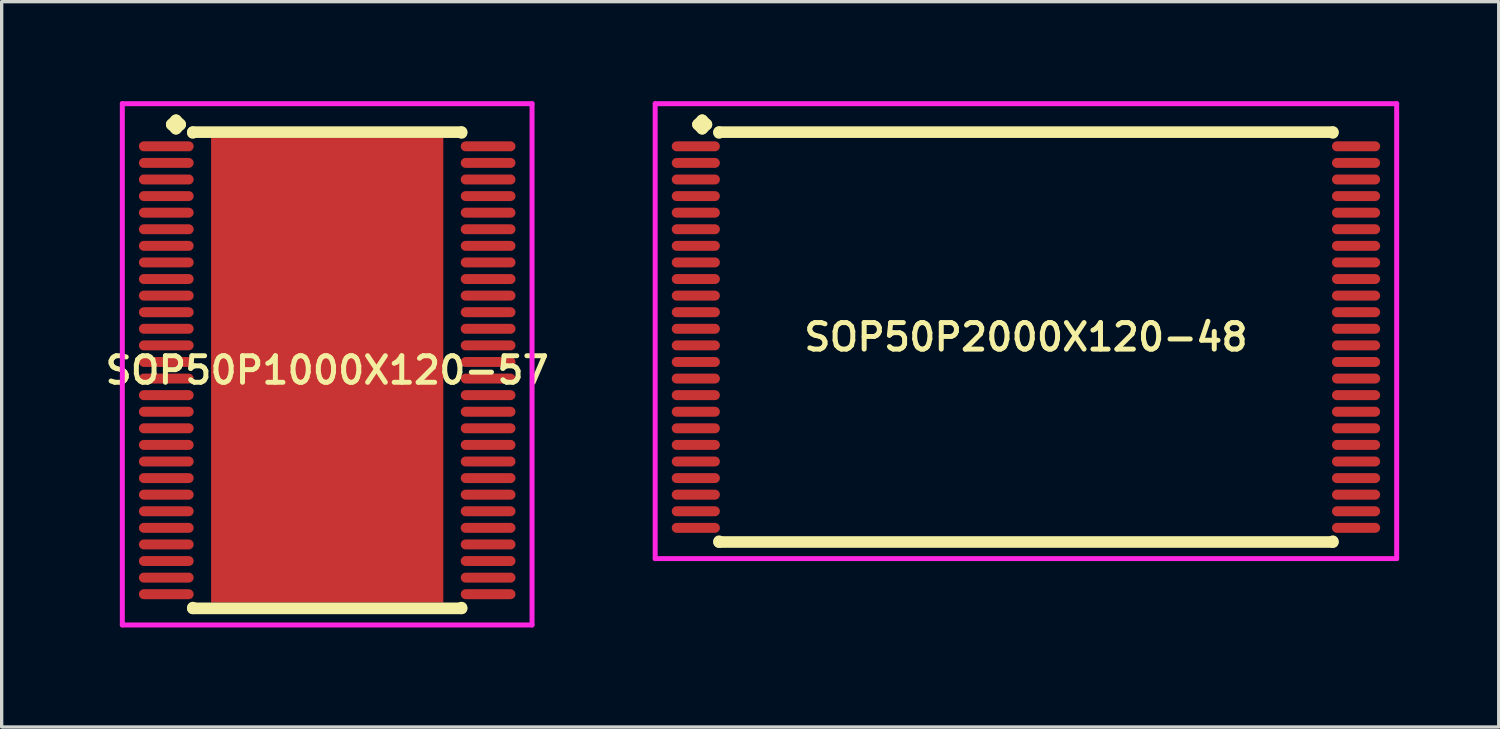
<source format=kicad_pcb>
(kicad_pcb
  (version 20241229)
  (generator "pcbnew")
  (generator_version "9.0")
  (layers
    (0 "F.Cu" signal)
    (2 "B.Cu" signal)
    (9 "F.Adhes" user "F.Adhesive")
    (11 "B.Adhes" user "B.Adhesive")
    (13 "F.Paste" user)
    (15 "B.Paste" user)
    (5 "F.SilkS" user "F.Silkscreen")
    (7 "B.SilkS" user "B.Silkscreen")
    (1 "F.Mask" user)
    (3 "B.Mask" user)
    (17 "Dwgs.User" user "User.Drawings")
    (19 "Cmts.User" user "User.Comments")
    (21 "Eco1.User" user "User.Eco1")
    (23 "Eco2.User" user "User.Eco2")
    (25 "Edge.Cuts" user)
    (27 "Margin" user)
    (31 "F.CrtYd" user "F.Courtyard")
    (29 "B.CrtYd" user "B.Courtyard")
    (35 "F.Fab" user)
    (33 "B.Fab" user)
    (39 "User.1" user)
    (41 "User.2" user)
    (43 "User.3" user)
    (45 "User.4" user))
  (footprint "SOP50P1000X120-57"
    (layer "F.Cu")
    (at 6.812 8.11)
    (property "Reference" "SOP50P1000X120-57" (at 0 0 0) (layer "F.SilkS") (effects (font (size 0.8 0.8) (thickness 0.15))))
    (attr smd)
    (fp_line (start -4.685 -7.408) (end -4.558 -7.535) (stroke (width 0.35) (type solid)) (layer "F.SilkS"))
    (fp_line (start -4.558 -7.535) (end -4.431 -7.408) (stroke (width 0.35) (type solid)) (layer "F.SilkS"))
    (fp_line (start -4.558 -7.281) (end -4.685 -7.408) (stroke (width 0.35) (type solid)) (layer "F.SilkS"))
    (fp_line (start -4.431 -7.408) (end -4.558 -7.281) (stroke (width 0.35) (type solid)) (layer "F.SilkS"))
    (fp_line (start -4.05 -7.177) (end 4.05 -7.177) (stroke (width 0.35) (type solid)) (layer "F.SilkS"))
    (fp_line (start -4.05 -7.154) (end -4.05 -7.177) (stroke (width 0.35) (type solid)) (layer "F.SilkS"))
    (fp_line (start -4.05 7.154) (end -4.05 7.177) (stroke (width 0.35) (type solid)) (layer "F.SilkS"))
    (fp_line (start -4.05 7.177) (end 4.05 7.177) (stroke (width 0.35) (type solid)) (layer "F.SilkS"))
    (fp_line (start 4.05 -7.177) (end 4.05 -7.154) (stroke (width 0.35) (type solid)) (layer "F.SilkS"))
    (fp_line (start 4.05 7.177) (end 4.05 7.154) (stroke (width 0.35) (type solid)) (layer "F.SilkS"))
    (fp_line (start -6.175 -8.035) (end 6.175 -8.035) (stroke (width 0.15) (type solid)) (layer "F.CrtYd"))
    (fp_line (start -6.175 7.677) (end -6.175 -8.035) (stroke (width 0.15) (type solid)) (layer "F.CrtYd"))
    (fp_line (start 6.175 -8.035) (end 6.175 7.677) (stroke (width 0.15) (type solid)) (layer "F.CrtYd"))
    (fp_line (start 6.175 7.677) (end -6.175 7.677) (stroke (width 0.15) (type solid)) (layer "F.CrtYd"))
    (pad "1" smd oval (at -4.85 -6.75) (size 1.65 0.3) (layers "F.Cu" "F.Mask" "F.Paste"))
    (pad "2" smd oval (at -4.85 -6.25) (size 1.65 0.3) (layers "F.Cu" "F.Mask" "F.Paste"))
    (pad "3" smd oval (at -4.85 -5.75) (size 1.65 0.3) (layers "F.Cu" "F.Mask" "F.Paste"))
    (pad "4" smd oval (at -4.85 -5.25) (size 1.65 0.3) (layers "F.Cu" "F.Mask" "F.Paste"))
    (pad "5" smd oval (at -4.85 -4.75) (size 1.65 0.3) (layers "F.Cu" "F.Mask" "F.Paste"))
    (pad "6" smd oval (at -4.85 -4.25) (size 1.65 0.3) (layers "F.Cu" "F.Mask" "F.Paste"))
    (pad "7" smd oval (at -4.85 -3.75) (size 1.65 0.3) (layers "F.Cu" "F.Mask" "F.Paste"))
    (pad "8" smd oval (at -4.85 -3.25) (size 1.65 0.3) (layers "F.Cu" "F.Mask" "F.Paste"))
    (pad "9" smd oval (at -4.85 -2.75) (size 1.65 0.3) (layers "F.Cu" "F.Mask" "F.Paste"))
    (pad "10" smd oval (at -4.85 -2.25) (size 1.65 0.3) (layers "F.Cu" "F.Mask" "F.Paste"))
    (pad "11" smd oval (at -4.85 -1.75) (size 1.65 0.3) (layers "F.Cu" "F.Mask" "F.Paste"))
    (pad "12" smd oval (at -4.85 -1.25) (size 1.65 0.3) (layers "F.Cu" "F.Mask" "F.Paste"))
    (pad "13" smd oval (at -4.85 -0.75) (size 1.65 0.3) (layers "F.Cu" "F.Mask" "F.Paste"))
    (pad "14" smd oval (at -4.85 -0.25) (size 1.65 0.3) (layers "F.Cu" "F.Mask" "F.Paste"))
    (pad "15" smd oval (at -4.85 0.25) (size 1.65 0.3) (layers "F.Cu" "F.Mask" "F.Paste"))
    (pad "16" smd oval (at -4.85 0.75) (size 1.65 0.3) (layers "F.Cu" "F.Mask" "F.Paste"))
    (pad "17" smd oval (at -4.85 1.25) (size 1.65 0.3) (layers "F.Cu" "F.Mask" "F.Paste"))
    (pad "18" smd oval (at -4.85 1.75) (size 1.65 0.3) (layers "F.Cu" "F.Mask" "F.Paste"))
    (pad "19" smd oval (at -4.85 2.25) (size 1.65 0.3) (layers "F.Cu" "F.Mask" "F.Paste"))
    (pad "20" smd oval (at -4.85 2.75) (size 1.65 0.3) (layers "F.Cu" "F.Mask" "F.Paste"))
    (pad "21" smd oval (at -4.85 3.25) (size 1.65 0.3) (layers "F.Cu" "F.Mask" "F.Paste"))
    (pad "22" smd oval (at -4.85 3.75) (size 1.65 0.3) (layers "F.Cu" "F.Mask" "F.Paste"))
    (pad "23" smd oval (at -4.85 4.25) (size 1.65 0.3) (layers "F.Cu" "F.Mask" "F.Paste"))
    (pad "24" smd oval (at -4.85 4.75) (size 1.65 0.3) (layers "F.Cu" "F.Mask" "F.Paste"))
    (pad "25" smd oval (at -4.85 5.25) (size 1.65 0.3) (layers "F.Cu" "F.Mask" "F.Paste"))
    (pad "26" smd oval (at -4.85 5.75) (size 1.65 0.3) (layers "F.Cu" "F.Mask" "F.Paste"))
    (pad "27" smd oval (at -4.85 6.25) (size 1.65 0.3) (layers "F.Cu" "F.Mask" "F.Paste"))
    (pad "28" smd oval (at -4.85 6.75) (size 1.65 0.3) (layers "F.Cu" "F.Mask" "F.Paste"))
    (pad "29" smd oval (at 4.85 6.75) (size 1.65 0.3) (layers "F.Cu" "F.Mask" "F.Paste"))
    (pad "30" smd oval (at 4.85 6.25) (size 1.65 0.3) (layers "F.Cu" "F.Mask" "F.Paste"))
    (pad "31" smd oval (at 4.85 5.75) (size 1.65 0.3) (layers "F.Cu" "F.Mask" "F.Paste"))
    (pad "32" smd oval (at 4.85 5.25) (size 1.65 0.3) (layers "F.Cu" "F.Mask" "F.Paste"))
    (pad "33" smd oval (at 4.85 4.75) (size 1.65 0.3) (layers "F.Cu" "F.Mask" "F.Paste"))
    (pad "34" smd oval (at 4.85 4.25) (size 1.65 0.3) (layers "F.Cu" "F.Mask" "F.Paste"))
    (pad "35" smd oval (at 4.85 3.75) (size 1.65 0.3) (layers "F.Cu" "F.Mask" "F.Paste"))
    (pad "36" smd oval (at 4.85 3.25) (size 1.65 0.3) (layers "F.Cu" "F.Mask" "F.Paste"))
    (pad "37" smd oval (at 4.85 2.75) (size 1.65 0.3) (layers "F.Cu" "F.Mask" "F.Paste"))
    (pad "38" smd oval (at 4.85 2.25) (size 1.65 0.3) (layers "F.Cu" "F.Mask" "F.Paste"))
    (pad "39" smd oval (at 4.85 1.75) (size 1.65 0.3) (layers "F.Cu" "F.Mask" "F.Paste"))
    (pad "40" smd oval (at 4.85 1.25) (size 1.65 0.3) (layers "F.Cu" "F.Mask" "F.Paste"))
    (pad "41" smd oval (at 4.85 0.75) (size 1.65 0.3) (layers "F.Cu" "F.Mask" "F.Paste"))
    (pad "42" smd oval (at 4.85 0.25) (size 1.65 0.3) (layers "F.Cu" "F.Mask" "F.Paste"))
    (pad "43" smd oval (at 4.85 -0.25) (size 1.65 0.3) (layers "F.Cu" "F.Mask" "F.Paste"))
    (pad "44" smd oval (at 4.85 -0.75) (size 1.65 0.3) (layers "F.Cu" "F.Mask" "F.Paste"))
    (pad "45" smd oval (at 4.85 -1.25) (size 1.65 0.3) (layers "F.Cu" "F.Mask" "F.Paste"))
    (pad "46" smd oval (at 4.85 -1.75) (size 1.65 0.3) (layers "F.Cu" "F.Mask" "F.Paste"))
    (pad "47" smd oval (at 4.85 -2.25) (size 1.65 0.3) (layers "F.Cu" "F.Mask" "F.Paste"))
    (pad "48" smd oval (at 4.85 -2.75) (size 1.65 0.3) (layers "F.Cu" "F.Mask" "F.Paste"))
    (pad "49" smd oval (at 4.85 -3.25) (size 1.65 0.3) (layers "F.Cu" "F.Mask" "F.Paste"))
    (pad "50" smd oval (at 4.85 -3.75) (size 1.65 0.3) (layers "F.Cu" "F.Mask" "F.Paste"))
    (pad "51" smd oval (at 4.85 -4.25) (size 1.65 0.3) (layers "F.Cu" "F.Mask" "F.Paste"))
    (pad "52" smd oval (at 4.85 -4.75) (size 1.65 0.3) (layers "F.Cu" "F.Mask" "F.Paste"))
    (pad "53" smd oval (at 4.85 -5.25) (size 1.65 0.3) (layers "F.Cu" "F.Mask" "F.Paste"))
    (pad "54" smd oval (at 4.85 -5.75) (size 1.65 0.3) (layers "F.Cu" "F.Mask" "F.Paste"))
    (pad "55" smd oval (at 4.85 -6.25) (size 1.65 0.3) (layers "F.Cu" "F.Mask" "F.Paste"))
    (pad "56" smd oval (at 4.85 -6.75) (size 1.65 0.3) (layers "F.Cu" "F.Mask" "F.Paste"))
    (pad "57" smd rect (at 0 0) (size 7 14) (layers "F.Cu" "F.Mask" "F.Paste")))
  (footprint "SOP50P2000X120-48"
    (layer "F.Cu")
    (at 27.873 7.11)
    (property "Reference" "SOP50P2000X120-48" (at 0 0 0) (layer "F.SilkS") (effects (font (size 0.8 0.8) (thickness 0.15))))
    (attr smd)
    (fp_line (start -9.885 -6.408) (end -9.758 -6.535) (stroke (width 0.35) (type solid)) (layer "F.SilkS"))
    (fp_line (start -9.758 -6.535) (end -9.631 -6.408) (stroke (width 0.35) (type solid)) (layer "F.SilkS"))
    (fp_line (start -9.758 -6.281) (end -9.885 -6.408) (stroke (width 0.35) (type solid)) (layer "F.SilkS"))
    (fp_line (start -9.631 -6.408) (end -9.758 -6.281) (stroke (width 0.35) (type solid)) (layer "F.SilkS"))
    (fp_line (start -9.25 -6.177) (end 9.25 -6.177) (stroke (width 0.35) (type solid)) (layer "F.SilkS"))
    (fp_line (start -9.25 -6.154) (end -9.25 -6.177) (stroke (width 0.35) (type solid)) (layer "F.SilkS"))
    (fp_line (start -9.25 6.154) (end -9.25 6.177) (stroke (width 0.35) (type solid)) (layer "F.SilkS"))
    (fp_line (start -9.25 6.177) (end 9.25 6.177) (stroke (width 0.35) (type solid)) (layer "F.SilkS"))
    (fp_line (start 9.25 -6.177) (end 9.25 -6.154) (stroke (width 0.35) (type solid)) (layer "F.SilkS"))
    (fp_line (start 9.25 6.177) (end 9.25 6.154) (stroke (width 0.35) (type solid)) (layer "F.SilkS"))
    (fp_line (start -11.175 -7.035) (end 11.175 -7.035) (stroke (width 0.15) (type solid)) (layer "F.CrtYd"))
    (fp_line (start -11.175 6.677) (end -11.175 -7.035) (stroke (width 0.15) (type solid)) (layer "F.CrtYd"))
    (fp_line (start 11.175 -7.035) (end 11.175 6.677) (stroke (width 0.15) (type solid)) (layer "F.CrtYd"))
    (fp_line (start 11.175 6.677) (end -11.175 6.677) (stroke (width 0.15) (type solid)) (layer "F.CrtYd"))
    (pad "1" smd oval (at -9.95 -5.75) (size 1.45 0.3) (layers "F.Cu" "F.Mask" "F.Paste"))
    (pad "2" smd oval (at -9.95 -5.25) (size 1.45 0.3) (layers "F.Cu" "F.Mask" "F.Paste"))
    (pad "3" smd oval (at -9.95 -4.75) (size 1.45 0.3) (layers "F.Cu" "F.Mask" "F.Paste"))
    (pad "4" smd oval (at -9.95 -4.25) (size 1.45 0.3) (layers "F.Cu" "F.Mask" "F.Paste"))
    (pad "5" smd oval (at -9.95 -3.75) (size 1.45 0.3) (layers "F.Cu" "F.Mask" "F.Paste"))
    (pad "6" smd oval (at -9.95 -3.25) (size 1.45 0.3) (layers "F.Cu" "F.Mask" "F.Paste"))
    (pad "7" smd oval (at -9.95 -2.75) (size 1.45 0.3) (layers "F.Cu" "F.Mask" "F.Paste"))
    (pad "8" smd oval (at -9.95 -2.25) (size 1.45 0.3) (layers "F.Cu" "F.Mask" "F.Paste"))
    (pad "9" smd oval (at -9.95 -1.75) (size 1.45 0.3) (layers "F.Cu" "F.Mask" "F.Paste"))
    (pad "10" smd oval (at -9.95 -1.25) (size 1.45 0.3) (layers "F.Cu" "F.Mask" "F.Paste"))
    (pad "11" smd oval (at -9.95 -0.75) (size 1.45 0.3) (layers "F.Cu" "F.Mask" "F.Paste"))
    (pad "12" smd oval (at -9.95 -0.25) (size 1.45 0.3) (layers "F.Cu" "F.Mask" "F.Paste"))
    (pad "13" smd oval (at -9.95 0.25) (size 1.45 0.3) (layers "F.Cu" "F.Mask" "F.Paste"))
    (pad "14" smd oval (at -9.95 0.75) (size 1.45 0.3) (layers "F.Cu" "F.Mask" "F.Paste"))
    (pad "15" smd oval (at -9.95 1.25) (size 1.45 0.3) (layers "F.Cu" "F.Mask" "F.Paste"))
    (pad "16" smd oval (at -9.95 1.75) (size 1.45 0.3) (layers "F.Cu" "F.Mask" "F.Paste"))
    (pad "17" smd oval (at -9.95 2.25) (size 1.45 0.3) (layers "F.Cu" "F.Mask" "F.Paste"))
    (pad "18" smd oval (at -9.95 2.75) (size 1.45 0.3) (layers "F.Cu" "F.Mask" "F.Paste"))
    (pad "19" smd oval (at -9.95 3.25) (size 1.45 0.3) (layers "F.Cu" "F.Mask" "F.Paste"))
    (pad "20" smd oval (at -9.95 3.75) (size 1.45 0.3) (layers "F.Cu" "F.Mask" "F.Paste"))
    (pad "21" smd oval (at -9.95 4.25) (size 1.45 0.3) (layers "F.Cu" "F.Mask" "F.Paste"))
    (pad "22" smd oval (at -9.95 4.75) (size 1.45 0.3) (layers "F.Cu" "F.Mask" "F.Paste"))
    (pad "23" smd oval (at -9.95 5.25) (size 1.45 0.3) (layers "F.Cu" "F.Mask" "F.Paste"))
    (pad "24" smd oval (at -9.95 5.75) (size 1.45 0.3) (layers "F.Cu" "F.Mask" "F.Paste"))
    (pad "25" smd oval (at 9.95 5.75) (size 1.45 0.3) (layers "F.Cu" "F.Mask" "F.Paste"))
    (pad "26" smd oval (at 9.95 5.25) (size 1.45 0.3) (layers "F.Cu" "F.Mask" "F.Paste"))
    (pad "27" smd oval (at 9.95 4.75) (size 1.45 0.3) (layers "F.Cu" "F.Mask" "F.Paste"))
    (pad "28" smd oval (at 9.95 4.25) (size 1.45 0.3) (layers "F.Cu" "F.Mask" "F.Paste"))
    (pad "29" smd oval (at 9.95 3.75) (size 1.45 0.3) (layers "F.Cu" "F.Mask" "F.Paste"))
    (pad "30" smd oval (at 9.95 3.25) (size 1.45 0.3) (layers "F.Cu" "F.Mask" "F.Paste"))
    (pad "31" smd oval (at 9.95 2.75) (size 1.45 0.3) (layers "F.Cu" "F.Mask" "F.Paste"))
    (pad "32" smd oval (at 9.95 2.25) (size 1.45 0.3) (layers "F.Cu" "F.Mask" "F.Paste"))
    (pad "33" smd oval (at 9.95 1.75) (size 1.45 0.3) (layers "F.Cu" "F.Mask" "F.Paste"))
    (pad "34" smd oval (at 9.95 1.25) (size 1.45 0.3) (layers "F.Cu" "F.Mask" "F.Paste"))
    (pad "35" smd oval (at 9.95 0.75) (size 1.45 0.3) (layers "F.Cu" "F.Mask" "F.Paste"))
    (pad "36" smd oval (at 9.95 0.25) (size 1.45 0.3) (layers "F.Cu" "F.Mask" "F.Paste"))
    (pad "37" smd oval (at 9.95 -0.25) (size 1.45 0.3) (layers "F.Cu" "F.Mask" "F.Paste"))
    (pad "38" smd oval (at 9.95 -0.75) (size 1.45 0.3) (layers "F.Cu" "F.Mask" "F.Paste"))
    (pad "39" smd oval (at 9.95 -1.25) (size 1.45 0.3) (layers "F.Cu" "F.Mask" "F.Paste"))
    (pad "40" smd oval (at 9.95 -1.75) (size 1.45 0.3) (layers "F.Cu" "F.Mask" "F.Paste"))
    (pad "41" smd oval (at 9.95 -2.25) (size 1.45 0.3) (layers "F.Cu" "F.Mask" "F.Paste"))
    (pad "42" smd oval (at 9.95 -2.75) (size 1.45 0.3) (layers "F.Cu" "F.Mask" "F.Paste"))
    (pad "43" smd oval (at 9.95 -3.25) (size 1.45 0.3) (layers "F.Cu" "F.Mask" "F.Paste"))
    (pad "44" smd oval (at 9.95 -3.75) (size 1.45 0.3) (layers "F.Cu" "F.Mask" "F.Paste"))
    (pad "45" smd oval (at 9.95 -4.25) (size 1.45 0.3) (layers "F.Cu" "F.Mask" "F.Paste"))
    (pad "46" smd oval (at 9.95 -4.75) (size 1.45 0.3) (layers "F.Cu" "F.Mask" "F.Paste"))
    (pad "47" smd oval (at 9.95 -5.25) (size 1.45 0.3) (layers "F.Cu" "F.Mask" "F.Paste"))
    (pad "48" smd oval (at 9.95 -5.75) (size 1.45 0.3) (layers "F.Cu" "F.Mask" "F.Paste")))
  (gr_rect
    (start -3 -3)
    (end 42.123 18.862)
    (stroke (width 0.1) (type default))
    (fill no)
    (layer "Edge.Cuts")))
</source>
